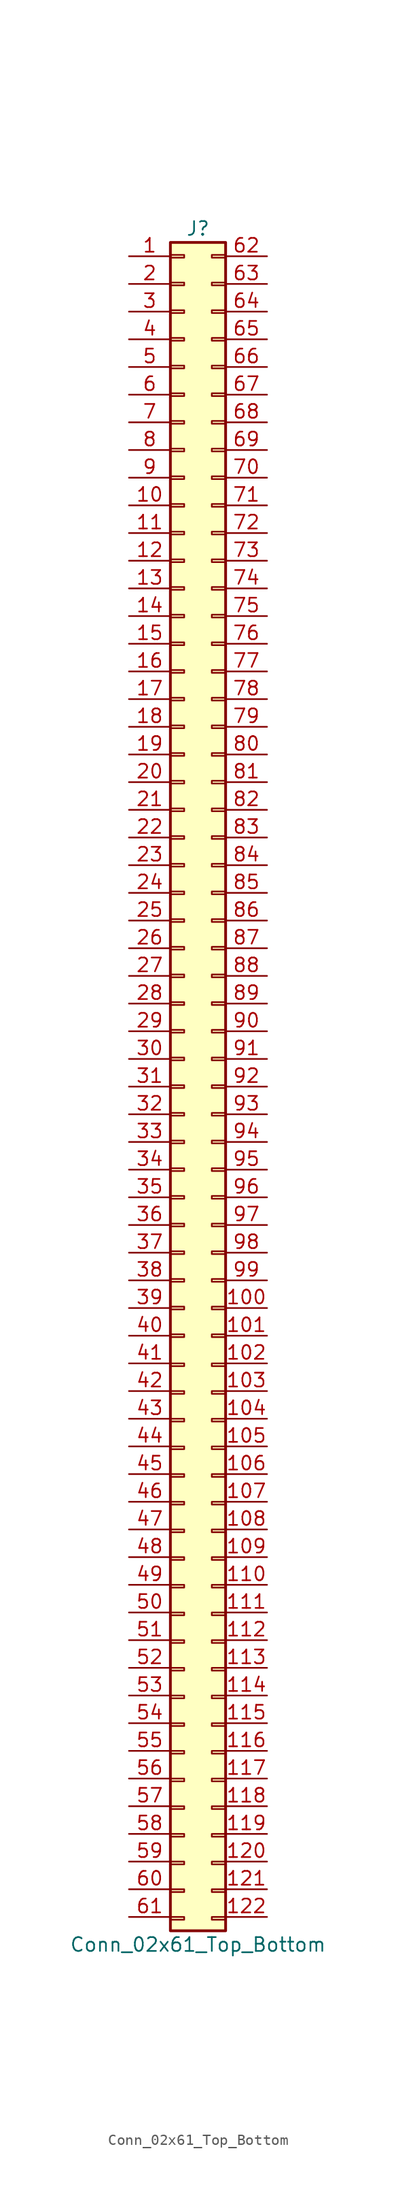
<source format=kicad_sym>
(kicad_symbol_lib
  (version 20220914)
  (generator kicad_symbol_editor)
  (symbol "Conn_02x61_Top_Bottom"
    (pin_names
      (offset 1.016) hide)
    (property "Reference" "J"
      (at 1.27 50.8 0)
      (effects (font (size 1.27 1.27))))
    (property "Value" "Conn_02x61_Top_Bottom"
      (at 1.27 -106.68 0)
      (effects (font (size 1.27 1.27))))
    (symbol "Conn_02x61_Top_Bottom_1_1"
      (rectangle (start -1.27 -104.14) (end 0 -104.394) (stroke (width 0.152) (type default)) (fill (type none)))
      (rectangle (start -1.27 -101.6) (end 0 -101.854) (stroke (width 0.152) (type default)) (fill (type none)))
      (rectangle (start -1.27 -99.06) (end 0 -99.314) (stroke (width 0.152) (type default)) (fill (type none)))
      (rectangle (start -1.27 -96.52) (end 0 -96.774) (stroke (width 0.152) (type default)) (fill (type none)))
      (rectangle (start -1.27 -93.98) (end 0 -94.234) (stroke (width 0.152) (type default)) (fill (type none)))
      (rectangle (start -1.27 -91.44) (end 0 -91.694) (stroke (width 0.152) (type default)) (fill (type none)))
      (rectangle (start -1.27 -88.9) (end 0 -89.154) (stroke (width 0.152) (type default)) (fill (type none)))
      (rectangle (start -1.27 -86.36) (end 0 -86.614) (stroke (width 0.152) (type default)) (fill (type none)))
      (rectangle (start -1.27 -83.82) (end 0 -84.074) (stroke (width 0.152) (type default)) (fill (type none)))
      (rectangle (start -1.27 -81.28) (end 0 -81.534) (stroke (width 0.152) (type default)) (fill (type none)))
      (rectangle (start -1.27 -78.74) (end 0 -78.994) (stroke (width 0.152) (type default)) (fill (type none)))
      (rectangle (start -1.27 -76.2) (end 0 -76.454) (stroke (width 0.152) (type default)) (fill (type none)))
      (rectangle (start -1.27 -73.66) (end 0 -73.914) (stroke (width 0.152) (type default)) (fill (type none)))
      (rectangle (start -1.27 -71.12) (end 0 -71.374) (stroke (width 0.152) (type default)) (fill (type none)))
      (rectangle (start -1.27 -68.58) (end 0 -68.834) (stroke (width 0.152) (type default)) (fill (type none)))
      (rectangle (start -1.27 -66.04) (end 0 -66.294) (stroke (width 0.152) (type default)) (fill (type none)))
      (rectangle (start -1.27 -63.5) (end 0 -63.754) (stroke (width 0.152) (type default)) (fill (type none)))
      (rectangle (start -1.27 -60.96) (end 0 -61.214) (stroke (width 0.152) (type default)) (fill (type none)))
      (rectangle (start -1.27 -58.42) (end 0 -58.674) (stroke (width 0.152) (type default)) (fill (type none)))
      (rectangle (start -1.27 -55.88) (end 0 -56.134) (stroke (width 0.152) (type default)) (fill (type none)))
      (rectangle (start -1.27 -53.34) (end 0 -53.594) (stroke (width 0.152) (type default)) (fill (type none)))
      (rectangle (start -1.27 -50.673) (end 0 -50.927) (stroke (width 0.152) (type default)) (fill (type none)))
      (rectangle (start -1.27 -48.133) (end 0 -48.387) (stroke (width 0.152) (type default)) (fill (type none)))
      (rectangle (start -1.27 -45.593) (end 0 -45.847) (stroke (width 0.152) (type default)) (fill (type none)))
      (rectangle (start -1.27 -43.053) (end 0 -43.307) (stroke (width 0.152) (type default)) (fill (type none)))
      (rectangle (start -1.27 -40.513) (end 0 -40.767) (stroke (width 0.152) (type default)) (fill (type none)))
      (rectangle (start -1.27 -37.973) (end 0 -38.227) (stroke (width 0.152) (type default)) (fill (type none)))
      (rectangle (start -1.27 -35.433) (end 0 -35.687) (stroke (width 0.152) (type default)) (fill (type none)))
      (rectangle (start -1.27 -32.893) (end 0 -33.147) (stroke (width 0.152) (type default)) (fill (type none)))
      (rectangle (start -1.27 -30.353) (end 0 -30.607) (stroke (width 0.152) (type default)) (fill (type none)))
      (rectangle (start -1.27 -27.813) (end 0 -28.067) (stroke (width 0.152) (type default)) (fill (type none)))
      (rectangle (start -1.27 -25.273) (end 0 -25.527) (stroke (width 0.152) (type default)) (fill (type none)))
      (rectangle (start -1.27 -22.733) (end 0 -22.987) (stroke (width 0.152) (type default)) (fill (type none)))
      (rectangle (start -1.27 -20.193) (end 0 -20.447) (stroke (width 0.152) (type default)) (fill (type none)))
      (rectangle (start -1.27 -17.653) (end 0 -17.907) (stroke (width 0.152) (type default)) (fill (type none)))
      (rectangle (start -1.27 -15.113) (end 0 -15.367) (stroke (width 0.152) (type default)) (fill (type none)))
      (rectangle (start -1.27 -12.573) (end 0 -12.827) (stroke (width 0.152) (type default)) (fill (type none)))
      (rectangle (start -1.27 -10.033) (end 0 -10.287) (stroke (width 0.152) (type default)) (fill (type none)))
      (rectangle (start -1.27 -7.493) (end 0 -7.747) (stroke (width 0.152) (type default)) (fill (type none)))
      (rectangle (start -1.27 -4.953) (end 0 -5.207) (stroke (width 0.152) (type default)) (fill (type none)))
      (rectangle (start -1.27 -2.413) (end 0 -2.667) (stroke (width 0.152) (type default)) (fill (type none)))
      (rectangle (start -1.27 0.127) (end 0 -0.127) (stroke (width 0.152) (type default)) (fill (type none)))
      (rectangle (start -1.27 2.667) (end 0 2.413) (stroke (width 0.152) (type default)) (fill (type none)))
      (rectangle (start -1.27 5.207) (end 0 4.953) (stroke (width 0.152) (type default)) (fill (type none)))
      (rectangle (start -1.27 7.747) (end 0 7.493) (stroke (width 0.152) (type default)) (fill (type none)))
      (rectangle (start -1.27 10.287) (end 0 10.033) (stroke (width 0.152) (type default)) (fill (type none)))
      (rectangle (start -1.27 12.827) (end 0 12.573) (stroke (width 0.152) (type default)) (fill (type none)))
      (rectangle (start -1.27 15.367) (end 0 15.113) (stroke (width 0.152) (type default)) (fill (type none)))
      (rectangle (start -1.27 17.907) (end 0 17.653) (stroke (width 0.152) (type default)) (fill (type none)))
      (rectangle (start -1.27 20.447) (end 0 20.193) (stroke (width 0.152) (type default)) (fill (type none)))
      (rectangle (start -1.27 22.987) (end 0 22.733) (stroke (width 0.152) (type default)) (fill (type none)))
      (rectangle (start -1.27 25.527) (end 0 25.273) (stroke (width 0.152) (type default)) (fill (type none)))
      (rectangle (start -1.27 28.067) (end 0 27.813) (stroke (width 0.152) (type default)) (fill (type none)))
      (rectangle (start -1.27 30.607) (end 0 30.353) (stroke (width 0.152) (type default)) (fill (type none)))
      (rectangle (start -1.27 33.147) (end 0 32.893) (stroke (width 0.152) (type default)) (fill (type none)))
      (rectangle (start -1.27 35.687) (end 0 35.433) (stroke (width 0.152) (type default)) (fill (type none)))
      (rectangle (start -1.27 38.227) (end 0 37.973) (stroke (width 0.152) (type default)) (fill (type none)))
      (rectangle (start -1.27 40.767) (end 0 40.513) (stroke (width 0.152) (type default)) (fill (type none)))
      (rectangle (start -1.27 43.307) (end 0 43.053) (stroke (width 0.152) (type default)) (fill (type none)))
      (rectangle (start -1.27 45.847) (end 0 45.593) (stroke (width 0.152) (type default)) (fill (type none)))
      (rectangle (start -1.27 48.387) (end 0 48.133) (stroke (width 0.152) (type default)) (fill (type none)))
      (rectangle (start -1.27 49.53) (end 3.81 -105.41) (stroke (width 0.254) (type default)) (fill (type background)))
      (rectangle (start 2.54 -104.14) (end 3.81 -104.394) (stroke (width 0.152) (type default)) (fill (type none)))
      (rectangle (start 2.54 -101.6) (end 3.81 -101.854) (stroke (width 0.152) (type default)) (fill (type none)))
      (rectangle (start 3.81 -99.06) (end 2.54 -99.314) (stroke (width 0.152) (type default)) (fill (type none)))
      (rectangle (start 3.81 -96.52) (end 2.54 -96.774) (stroke (width 0.152) (type default)) (fill (type none)))
      (rectangle (start 3.81 -93.98) (end 2.54 -94.234) (stroke (width 0.152) (type default)) (fill (type none)))
      (rectangle (start 3.81 -91.44) (end 2.54 -91.694) (stroke (width 0.152) (type default)) (fill (type none)))
      (rectangle (start 3.81 -88.9) (end 2.54 -89.154) (stroke (width 0.152) (type default)) (fill (type none)))
      (rectangle (start 3.81 -86.36) (end 2.54 -86.614) (stroke (width 0.152) (type default)) (fill (type none)))
      (rectangle (start 3.81 -83.82) (end 2.54 -84.074) (stroke (width 0.152) (type default)) (fill (type none)))
      (rectangle (start 3.81 -81.28) (end 2.54 -81.534) (stroke (width 0.152) (type default)) (fill (type none)))
      (rectangle (start 3.81 -78.74) (end 2.54 -78.994) (stroke (width 0.152) (type default)) (fill (type none)))
      (rectangle (start 3.81 -76.2) (end 2.54 -76.454) (stroke (width 0.152) (type default)) (fill (type none)))
      (rectangle (start 3.81 -73.66) (end 2.54 -73.914) (stroke (width 0.152) (type default)) (fill (type none)))
      (rectangle (start 3.81 -71.12) (end 2.54 -71.374) (stroke (width 0.152) (type default)) (fill (type none)))
      (rectangle (start 3.81 -68.58) (end 2.54 -68.834) (stroke (width 0.152) (type default)) (fill (type none)))
      (rectangle (start 3.81 -66.04) (end 2.54 -66.294) (stroke (width 0.152) (type default)) (fill (type none)))
      (rectangle (start 3.81 -63.5) (end 2.54 -63.754) (stroke (width 0.152) (type default)) (fill (type none)))
      (rectangle (start 3.81 -60.96) (end 2.54 -61.214) (stroke (width 0.152) (type default)) (fill (type none)))
      (rectangle (start 3.81 -58.42) (end 2.54 -58.674) (stroke (width 0.152) (type default)) (fill (type none)))
      (rectangle (start 3.81 -55.88) (end 2.54 -56.134) (stroke (width 0.152) (type default)) (fill (type none)))
      (rectangle (start 3.81 -53.34) (end 2.54 -53.594) (stroke (width 0.152) (type default)) (fill (type none)))
      (rectangle (start 3.81 -50.673) (end 2.54 -50.927) (stroke (width 0.152) (type default)) (fill (type none)))
      (rectangle (start 3.81 -48.133) (end 2.54 -48.387) (stroke (width 0.152) (type default)) (fill (type none)))
      (rectangle (start 3.81 -45.593) (end 2.54 -45.847) (stroke (width 0.152) (type default)) (fill (type none)))
      (rectangle (start 3.81 -43.053) (end 2.54 -43.307) (stroke (width 0.152) (type default)) (fill (type none)))
      (rectangle (start 3.81 -40.513) (end 2.54 -40.767) (stroke (width 0.152) (type default)) (fill (type none)))
      (rectangle (start 3.81 -37.973) (end 2.54 -38.227) (stroke (width 0.152) (type default)) (fill (type none)))
      (rectangle (start 3.81 -35.433) (end 2.54 -35.687) (stroke (width 0.152) (type default)) (fill (type none)))
      (rectangle (start 3.81 -32.893) (end 2.54 -33.147) (stroke (width 0.152) (type default)) (fill (type none)))
      (rectangle (start 3.81 -30.353) (end 2.54 -30.607) (stroke (width 0.152) (type default)) (fill (type none)))
      (rectangle (start 3.81 -27.813) (end 2.54 -28.067) (stroke (width 0.152) (type default)) (fill (type none)))
      (rectangle (start 3.81 -25.273) (end 2.54 -25.527) (stroke (width 0.152) (type default)) (fill (type none)))
      (rectangle (start 3.81 -22.733) (end 2.54 -22.987) (stroke (width 0.152) (type default)) (fill (type none)))
      (rectangle (start 3.81 -20.193) (end 2.54 -20.447) (stroke (width 0.152) (type default)) (fill (type none)))
      (rectangle (start 3.81 -17.653) (end 2.54 -17.907) (stroke (width 0.152) (type default)) (fill (type none)))
      (rectangle (start 3.81 -15.113) (end 2.54 -15.367) (stroke (width 0.152) (type default)) (fill (type none)))
      (rectangle (start 3.81 -12.573) (end 2.54 -12.827) (stroke (width 0.152) (type default)) (fill (type none)))
      (rectangle (start 3.81 -10.033) (end 2.54 -10.287) (stroke (width 0.152) (type default)) (fill (type none)))
      (rectangle (start 3.81 -7.493) (end 2.54 -7.747) (stroke (width 0.152) (type default)) (fill (type none)))
      (rectangle (start 3.81 -4.953) (end 2.54 -5.207) (stroke (width 0.152) (type default)) (fill (type none)))
      (rectangle (start 3.81 -2.413) (end 2.54 -2.667) (stroke (width 0.152) (type default)) (fill (type none)))
      (rectangle (start 3.81 0.127) (end 2.54 -0.127) (stroke (width 0.152) (type default)) (fill (type none)))
      (rectangle (start 3.81 2.667) (end 2.54 2.413) (stroke (width 0.152) (type default)) (fill (type none)))
      (rectangle (start 3.81 5.207) (end 2.54 4.953) (stroke (width 0.152) (type default)) (fill (type none)))
      (rectangle (start 3.81 7.747) (end 2.54 7.493) (stroke (width 0.152) (type default)) (fill (type none)))
      (rectangle (start 3.81 10.287) (end 2.54 10.033) (stroke (width 0.152) (type default)) (fill (type none)))
      (rectangle (start 3.81 12.827) (end 2.54 12.573) (stroke (width 0.152) (type default)) (fill (type none)))
      (rectangle (start 3.81 15.367) (end 2.54 15.113) (stroke (width 0.152) (type default)) (fill (type none)))
      (rectangle (start 3.81 17.907) (end 2.54 17.653) (stroke (width 0.152) (type default)) (fill (type none)))
      (rectangle (start 3.81 20.447) (end 2.54 20.193) (stroke (width 0.152) (type default)) (fill (type none)))
      (rectangle (start 3.81 22.987) (end 2.54 22.733) (stroke (width 0.152) (type default)) (fill (type none)))
      (rectangle (start 3.81 25.527) (end 2.54 25.273) (stroke (width 0.152) (type default)) (fill (type none)))
      (rectangle (start 3.81 28.067) (end 2.54 27.813) (stroke (width 0.152) (type default)) (fill (type none)))
      (rectangle (start 3.81 30.607) (end 2.54 30.353) (stroke (width 0.152) (type default)) (fill (type none)))
      (rectangle (start 3.81 33.147) (end 2.54 32.893) (stroke (width 0.152) (type default)) (fill (type none)))
      (rectangle (start 3.81 35.687) (end 2.54 35.433) (stroke (width 0.152) (type default)) (fill (type none)))
      (rectangle (start 3.81 38.227) (end 2.54 37.973) (stroke (width 0.152) (type default)) (fill (type none)))
      (rectangle (start 3.81 40.767) (end 2.54 40.513) (stroke (width 0.152) (type default)) (fill (type none)))
      (rectangle (start 3.81 43.307) (end 2.54 43.053) (stroke (width 0.152) (type default)) (fill (type none)))
      (rectangle (start 3.81 45.847) (end 2.54 45.593) (stroke (width 0.152) (type default)) (fill (type none)))
      (rectangle (start 3.81 48.387) (end 2.54 48.133) (stroke (width 0.152) (type default)) (fill (type none)))
      (pin passive line (at -5.08 48.26 0) (length 3.81) (name "Pin_1" (effects (font (size 1.27 1.27)))) (number "1" (effects (font (size 1.27 1.27)))))
      (pin passive line (at -5.08 25.4 0) (length 3.81) (name "Pin_10" (effects (font (size 1.27 1.27)))) (number "10" (effects (font (size 1.27 1.27)))))
      (pin passive line (at 7.62 -48.26 180) (length 3.81) (name "Pin_100" (effects (font (size 1.27 1.27)))) (number "100" (effects (font (size 1.27 1.27)))))
      (pin passive line (at 7.62 -50.8 180) (length 3.81) (name "Pin_101" (effects (font (size 1.27 1.27)))) (number "101" (effects (font (size 1.27 1.27)))))
      (pin passive line (at 7.62 -53.34 180) (length 3.81) (name "Pin_102" (effects (font (size 1.27 1.27)))) (number "102" (effects (font (size 1.27 1.27)))))
      (pin passive line (at 7.62 -55.88 180) (length 3.81) (name "Pin_103" (effects (font (size 1.27 1.27)))) (number "103" (effects (font (size 1.27 1.27)))))
      (pin passive line (at 7.62 -58.42 180) (length 3.81) (name "Pin_104" (effects (font (size 1.27 1.27)))) (number "104" (effects (font (size 1.27 1.27)))))
      (pin passive line (at 7.62 -60.96 180) (length 3.81) (name "Pin_105" (effects (font (size 1.27 1.27)))) (number "105" (effects (font (size 1.27 1.27)))))
      (pin passive line (at 7.62 -63.5 180) (length 3.81) (name "Pin_106" (effects (font (size 1.27 1.27)))) (number "106" (effects (font (size 1.27 1.27)))))
      (pin passive line (at 7.62 -66.04 180) (length 3.81) (name "Pin_107" (effects (font (size 1.27 1.27)))) (number "107" (effects (font (size 1.27 1.27)))))
      (pin passive line (at 7.62 -68.58 180) (length 3.81) (name "Pin_108" (effects (font (size 1.27 1.27)))) (number "108" (effects (font (size 1.27 1.27)))))
      (pin passive line (at 7.62 -71.12 180) (length 3.81) (name "Pin_109" (effects (font (size 1.27 1.27)))) (number "109" (effects (font (size 1.27 1.27)))))
      (pin passive line (at -5.08 22.86 0) (length 3.81) (name "Pin_11" (effects (font (size 1.27 1.27)))) (number "11" (effects (font (size 1.27 1.27)))))
      (pin passive line (at 7.62 -73.66 180) (length 3.81) (name "Pin_110" (effects (font (size 1.27 1.27)))) (number "110" (effects (font (size 1.27 1.27)))))
      (pin passive line (at 7.62 -76.2 180) (length 3.81) (name "Pin_111" (effects (font (size 1.27 1.27)))) (number "111" (effects (font (size 1.27 1.27)))))
      (pin passive line (at 7.62 -78.74 180) (length 3.81) (name "Pin_112" (effects (font (size 1.27 1.27)))) (number "112" (effects (font (size 1.27 1.27)))))
      (pin passive line (at 7.62 -81.28 180) (length 3.81) (name "Pin_113" (effects (font (size 1.27 1.27)))) (number "113" (effects (font (size 1.27 1.27)))))
      (pin passive line (at 7.62 -83.82 180) (length 3.81) (name "Pin_114" (effects (font (size 1.27 1.27)))) (number "114" (effects (font (size 1.27 1.27)))))
      (pin passive line (at 7.62 -86.36 180) (length 3.81) (name "Pin_115" (effects (font (size 1.27 1.27)))) (number "115" (effects (font (size 1.27 1.27)))))
      (pin passive line (at 7.62 -88.9 180) (length 3.81) (name "Pin_116" (effects (font (size 1.27 1.27)))) (number "116" (effects (font (size 1.27 1.27)))))
      (pin passive line (at 7.62 -91.44 180) (length 3.81) (name "Pin_117" (effects (font (size 1.27 1.27)))) (number "117" (effects (font (size 1.27 1.27)))))
      (pin passive line (at 7.62 -93.98 180) (length 3.81) (name "Pin_118" (effects (font (size 1.27 1.27)))) (number "118" (effects (font (size 1.27 1.27)))))
      (pin passive line (at 7.62 -96.52 180) (length 3.81) (name "Pin_119" (effects (font (size 1.27 1.27)))) (number "119" (effects (font (size 1.27 1.27)))))
      (pin passive line (at -5.08 20.32 0) (length 3.81) (name "Pin_12" (effects (font (size 1.27 1.27)))) (number "12" (effects (font (size 1.27 1.27)))))
      (pin passive line (at 7.62 -99.06 180) (length 3.81) (name "Pin_120" (effects (font (size 1.27 1.27)))) (number "120" (effects (font (size 1.27 1.27)))))
      (pin passive line (at 7.62 -101.6 180) (length 3.81) (name "Pin_121" (effects (font (size 1.27 1.27)))) (number "121" (effects (font (size 1.27 1.27)))))
      (pin passive line (at 7.62 -104.14 180) (length 3.81) (name "Pin_122" (effects (font (size 1.27 1.27)))) (number "122" (effects (font (size 1.27 1.27)))))
      (pin passive line (at -5.08 17.78 0) (length 3.81) (name "Pin_13" (effects (font (size 1.27 1.27)))) (number "13" (effects (font (size 1.27 1.27)))))
      (pin passive line (at -5.08 15.24 0) (length 3.81) (name "Pin_14" (effects (font (size 1.27 1.27)))) (number "14" (effects (font (size 1.27 1.27)))))
      (pin passive line (at -5.08 12.7 0) (length 3.81) (name "Pin_15" (effects (font (size 1.27 1.27)))) (number "15" (effects (font (size 1.27 1.27)))))
      (pin passive line (at -5.08 10.16 0) (length 3.81) (name "Pin_16" (effects (font (size 1.27 1.27)))) (number "16" (effects (font (size 1.27 1.27)))))
      (pin passive line (at -5.08 7.62 0) (length 3.81) (name "Pin_17" (effects (font (size 1.27 1.27)))) (number "17" (effects (font (size 1.27 1.27)))))
      (pin passive line (at -5.08 5.08 0) (length 3.81) (name "Pin_18" (effects (font (size 1.27 1.27)))) (number "18" (effects (font (size 1.27 1.27)))))
      (pin passive line (at -5.08 2.54 0) (length 3.81) (name "Pin_19" (effects (font (size 1.27 1.27)))) (number "19" (effects (font (size 1.27 1.27)))))
      (pin passive line (at -5.08 45.72 0) (length 3.81) (name "Pin_2" (effects (font (size 1.27 1.27)))) (number "2" (effects (font (size 1.27 1.27)))))
      (pin passive line (at -5.08 0 0) (length 3.81) (name "Pin_20" (effects (font (size 1.27 1.27)))) (number "20" (effects (font (size 1.27 1.27)))))
      (pin passive line (at -5.08 -2.54 0) (length 3.81) (name "Pin_21" (effects (font (size 1.27 1.27)))) (number "21" (effects (font (size 1.27 1.27)))))
      (pin passive line (at -5.08 -5.08 0) (length 3.81) (name "Pin_22" (effects (font (size 1.27 1.27)))) (number "22" (effects (font (size 1.27 1.27)))))
      (pin passive line (at -5.08 -7.62 0) (length 3.81) (name "Pin_23" (effects (font (size 1.27 1.27)))) (number "23" (effects (font (size 1.27 1.27)))))
      (pin passive line (at -5.08 -10.16 0) (length 3.81) (name "Pin_24" (effects (font (size 1.27 1.27)))) (number "24" (effects (font (size 1.27 1.27)))))
      (pin passive line (at -5.08 -12.7 0) (length 3.81) (name "Pin_25" (effects (font (size 1.27 1.27)))) (number "25" (effects (font (size 1.27 1.27)))))
      (pin passive line (at -5.08 -15.24 0) (length 3.81) (name "Pin_26" (effects (font (size 1.27 1.27)))) (number "26" (effects (font (size 1.27 1.27)))))
      (pin passive line (at -5.08 -17.78 0) (length 3.81) (name "Pin_27" (effects (font (size 1.27 1.27)))) (number "27" (effects (font (size 1.27 1.27)))))
      (pin passive line (at -5.08 -20.32 0) (length 3.81) (name "Pin_28" (effects (font (size 1.27 1.27)))) (number "28" (effects (font (size 1.27 1.27)))))
      (pin passive line (at -5.08 -22.86 0) (length 3.81) (name "Pin_29" (effects (font (size 1.27 1.27)))) (number "29" (effects (font (size 1.27 1.27)))))
      (pin passive line (at -5.08 43.18 0) (length 3.81) (name "Pin_3" (effects (font (size 1.27 1.27)))) (number "3" (effects (font (size 1.27 1.27)))))
      (pin passive line (at -5.08 -25.4 0) (length 3.81) (name "Pin_30" (effects (font (size 1.27 1.27)))) (number "30" (effects (font (size 1.27 1.27)))))
      (pin passive line (at -5.08 -27.94 0) (length 3.81) (name "Pin_31" (effects (font (size 1.27 1.27)))) (number "31" (effects (font (size 1.27 1.27)))))
      (pin passive line (at -5.08 -30.48 0) (length 3.81) (name "Pin_32" (effects (font (size 1.27 1.27)))) (number "32" (effects (font (size 1.27 1.27)))))
      (pin passive line (at -5.08 -33.02 0) (length 3.81) (name "Pin_33" (effects (font (size 1.27 1.27)))) (number "33" (effects (font (size 1.27 1.27)))))
      (pin passive line (at -5.08 -35.56 0) (length 3.81) (name "Pin_34" (effects (font (size 1.27 1.27)))) (number "34" (effects (font (size 1.27 1.27)))))
      (pin passive line (at -5.08 -38.1 0) (length 3.81) (name "Pin_35" (effects (font (size 1.27 1.27)))) (number "35" (effects (font (size 1.27 1.27)))))
      (pin passive line (at -5.08 -40.64 0) (length 3.81) (name "Pin_36" (effects (font (size 1.27 1.27)))) (number "36" (effects (font (size 1.27 1.27)))))
      (pin passive line (at -5.08 -43.18 0) (length 3.81) (name "Pin_37" (effects (font (size 1.27 1.27)))) (number "37" (effects (font (size 1.27 1.27)))))
      (pin passive line (at -5.08 -45.72 0) (length 3.81) (name "Pin_38" (effects (font (size 1.27 1.27)))) (number "38" (effects (font (size 1.27 1.27)))))
      (pin passive line (at -5.08 -48.26 0) (length 3.81) (name "Pin_39" (effects (font (size 1.27 1.27)))) (number "39" (effects (font (size 1.27 1.27)))))
      (pin passive line (at -5.08 40.64 0) (length 3.81) (name "Pin_4" (effects (font (size 1.27 1.27)))) (number "4" (effects (font (size 1.27 1.27)))))
      (pin passive line (at -5.08 -50.8 0) (length 3.81) (name "Pin_40" (effects (font (size 1.27 1.27)))) (number "40" (effects (font (size 1.27 1.27)))))
      (pin passive line (at -5.08 -53.34 0) (length 3.81) (name "Pin_41" (effects (font (size 1.27 1.27)))) (number "41" (effects (font (size 1.27 1.27)))))
      (pin passive line (at -5.08 -55.88 0) (length 3.81) (name "Pin_42" (effects (font (size 1.27 1.27)))) (number "42" (effects (font (size 1.27 1.27)))))
      (pin passive line (at -5.08 -58.42 0) (length 3.81) (name "Pin_43" (effects (font (size 1.27 1.27)))) (number "43" (effects (font (size 1.27 1.27)))))
      (pin passive line (at -5.08 -60.96 0) (length 3.81) (name "Pin_44" (effects (font (size 1.27 1.27)))) (number "44" (effects (font (size 1.27 1.27)))))
      (pin passive line (at -5.08 -63.5 0) (length 3.81) (name "Pin_45" (effects (font (size 1.27 1.27)))) (number "45" (effects (font (size 1.27 1.27)))))
      (pin passive line (at -5.08 -66.04 0) (length 3.81) (name "Pin_46" (effects (font (size 1.27 1.27)))) (number "46" (effects (font (size 1.27 1.27)))))
      (pin passive line (at -5.08 -68.58 0) (length 3.81) (name "Pin_47" (effects (font (size 1.27 1.27)))) (number "47" (effects (font (size 1.27 1.27)))))
      (pin passive line (at -5.08 -71.12 0) (length 3.81) (name "Pin_48" (effects (font (size 1.27 1.27)))) (number "48" (effects (font (size 1.27 1.27)))))
      (pin passive line (at -5.08 -73.66 0) (length 3.81) (name "Pin_49" (effects (font (size 1.27 1.27)))) (number "49" (effects (font (size 1.27 1.27)))))
      (pin passive line (at -5.08 38.1 0) (length 3.81) (name "Pin_5" (effects (font (size 1.27 1.27)))) (number "5" (effects (font (size 1.27 1.27)))))
      (pin passive line (at -5.08 -76.2 0) (length 3.81) (name "Pin_50" (effects (font (size 1.27 1.27)))) (number "50" (effects (font (size 1.27 1.27)))))
      (pin passive line (at -5.08 -78.74 0) (length 3.81) (name "Pin_51" (effects (font (size 1.27 1.27)))) (number "51" (effects (font (size 1.27 1.27)))))
      (pin passive line (at -5.08 -81.28 0) (length 3.81) (name "Pin_52" (effects (font (size 1.27 1.27)))) (number "52" (effects (font (size 1.27 1.27)))))
      (pin passive line (at -5.08 -83.82 0) (length 3.81) (name "Pin_53" (effects (font (size 1.27 1.27)))) (number "53" (effects (font (size 1.27 1.27)))))
      (pin passive line (at -5.08 -86.36 0) (length 3.81) (name "Pin_54" (effects (font (size 1.27 1.27)))) (number "54" (effects (font (size 1.27 1.27)))))
      (pin passive line (at -5.08 -88.9 0) (length 3.81) (name "Pin_55" (effects (font (size 1.27 1.27)))) (number "55" (effects (font (size 1.27 1.27)))))
      (pin passive line (at -5.08 -91.44 0) (length 3.81) (name "Pin_56" (effects (font (size 1.27 1.27)))) (number "56" (effects (font (size 1.27 1.27)))))
      (pin passive line (at -5.08 -93.98 0) (length 3.81) (name "Pin_57" (effects (font (size 1.27 1.27)))) (number "57" (effects (font (size 1.27 1.27)))))
      (pin passive line (at -5.08 -96.52 0) (length 3.81) (name "Pin_58" (effects (font (size 1.27 1.27)))) (number "58" (effects (font (size 1.27 1.27)))))
      (pin passive line (at -5.08 -99.06 0) (length 3.81) (name "Pin_59" (effects (font (size 1.27 1.27)))) (number "59" (effects (font (size 1.27 1.27)))))
      (pin passive line (at -5.08 35.56 0) (length 3.81) (name "Pin_6" (effects (font (size 1.27 1.27)))) (number "6" (effects (font (size 1.27 1.27)))))
      (pin passive line (at -5.08 -101.6 0) (length 3.81) (name "Pin_60" (effects (font (size 1.27 1.27)))) (number "60" (effects (font (size 1.27 1.27)))))
      (pin passive line (at -5.08 -104.14 0) (length 3.81) (name "Pin_61" (effects (font (size 1.27 1.27)))) (number "61" (effects (font (size 1.27 1.27)))))
      (pin passive line (at 7.62 48.26 180) (length 3.81) (name "Pin_62" (effects (font (size 1.27 1.27)))) (number "62" (effects (font (size 1.27 1.27)))))
      (pin passive line (at 7.62 45.72 180) (length 3.81) (name "Pin_63" (effects (font (size 1.27 1.27)))) (number "63" (effects (font (size 1.27 1.27)))))
      (pin passive line (at 7.62 43.18 180) (length 3.81) (name "Pin_64" (effects (font (size 1.27 1.27)))) (number "64" (effects (font (size 1.27 1.27)))))
      (pin passive line (at 7.62 40.64 180) (length 3.81) (name "Pin_65" (effects (font (size 1.27 1.27)))) (number "65" (effects (font (size 1.27 1.27)))))
      (pin passive line (at 7.62 38.1 180) (length 3.81) (name "Pin_66" (effects (font (size 1.27 1.27)))) (number "66" (effects (font (size 1.27 1.27)))))
      (pin passive line (at 7.62 35.56 180) (length 3.81) (name "Pin_67" (effects (font (size 1.27 1.27)))) (number "67" (effects (font (size 1.27 1.27)))))
      (pin passive line (at 7.62 33.02 180) (length 3.81) (name "Pin_68" (effects (font (size 1.27 1.27)))) (number "68" (effects (font (size 1.27 1.27)))))
      (pin passive line (at 7.62 30.48 180) (length 3.81) (name "Pin_69" (effects (font (size 1.27 1.27)))) (number "69" (effects (font (size 1.27 1.27)))))
      (pin passive line (at -5.08 33.02 0) (length 3.81) (name "Pin_7" (effects (font (size 1.27 1.27)))) (number "7" (effects (font (size 1.27 1.27)))))
      (pin passive line (at 7.62 27.94 180) (length 3.81) (name "Pin_70" (effects (font (size 1.27 1.27)))) (number "70" (effects (font (size 1.27 1.27)))))
      (pin passive line (at 7.62 25.4 180) (length 3.81) (name "Pin_71" (effects (font (size 1.27 1.27)))) (number "71" (effects (font (size 1.27 1.27)))))
      (pin passive line (at 7.62 22.86 180) (length 3.81) (name "Pin_72" (effects (font (size 1.27 1.27)))) (number "72" (effects (font (size 1.27 1.27)))))
      (pin passive line (at 7.62 20.32 180) (length 3.81) (name "Pin_73" (effects (font (size 1.27 1.27)))) (number "73" (effects (font (size 1.27 1.27)))))
      (pin passive line (at 7.62 17.78 180) (length 3.81) (name "Pin_74" (effects (font (size 1.27 1.27)))) (number "74" (effects (font (size 1.27 1.27)))))
      (pin passive line (at 7.62 15.24 180) (length 3.81) (name "Pin_75" (effects (font (size 1.27 1.27)))) (number "75" (effects (font (size 1.27 1.27)))))
      (pin passive line (at 7.62 12.7 180) (length 3.81) (name "Pin_76" (effects (font (size 1.27 1.27)))) (number "76" (effects (font (size 1.27 1.27)))))
      (pin passive line (at 7.62 10.16 180) (length 3.81) (name "Pin_77" (effects (font (size 1.27 1.27)))) (number "77" (effects (font (size 1.27 1.27)))))
      (pin passive line (at 7.62 7.62 180) (length 3.81) (name "Pin_78" (effects (font (size 1.27 1.27)))) (number "78" (effects (font (size 1.27 1.27)))))
      (pin passive line (at 7.62 5.08 180) (length 3.81) (name "Pin_79" (effects (font (size 1.27 1.27)))) (number "79" (effects (font (size 1.27 1.27)))))
      (pin passive line (at -5.08 30.48 0) (length 3.81) (name "Pin_8" (effects (font (size 1.27 1.27)))) (number "8" (effects (font (size 1.27 1.27)))))
      (pin passive line (at 7.62 2.54 180) (length 3.81) (name "Pin_80" (effects (font (size 1.27 1.27)))) (number "80" (effects (font (size 1.27 1.27)))))
      (pin passive line (at 7.62 0 180) (length 3.81) (name "Pin_81" (effects (font (size 1.27 1.27)))) (number "81" (effects (font (size 1.27 1.27)))))
      (pin passive line (at 7.62 -2.54 180) (length 3.81) (name "Pin_82" (effects (font (size 1.27 1.27)))) (number "82" (effects (font (size 1.27 1.27)))))
      (pin passive line (at 7.62 -5.08 180) (length 3.81) (name "Pin_83" (effects (font (size 1.27 1.27)))) (number "83" (effects (font (size 1.27 1.27)))))
      (pin passive line (at 7.62 -7.62 180) (length 3.81) (name "Pin_84" (effects (font (size 1.27 1.27)))) (number "84" (effects (font (size 1.27 1.27)))))
      (pin passive line (at 7.62 -10.16 180) (length 3.81) (name "Pin_85" (effects (font (size 1.27 1.27)))) (number "85" (effects (font (size 1.27 1.27)))))
      (pin passive line (at 7.62 -12.7 180) (length 3.81) (name "Pin_86" (effects (font (size 1.27 1.27)))) (number "86" (effects (font (size 1.27 1.27)))))
      (pin passive line (at 7.62 -15.24 180) (length 3.81) (name "Pin_87" (effects (font (size 1.27 1.27)))) (number "87" (effects (font (size 1.27 1.27)))))
      (pin passive line (at 7.62 -17.78 180) (length 3.81) (name "Pin_88" (effects (font (size 1.27 1.27)))) (number "88" (effects (font (size 1.27 1.27)))))
      (pin passive line (at 7.62 -20.32 180) (length 3.81) (name "Pin_89" (effects (font (size 1.27 1.27)))) (number "89" (effects (font (size 1.27 1.27)))))
      (pin passive line (at -5.08 27.94 0) (length 3.81) (name "Pin_9" (effects (font (size 1.27 1.27)))) (number "9" (effects (font (size 1.27 1.27)))))
      (pin passive line (at 7.62 -22.86 180) (length 3.81) (name "Pin_90" (effects (font (size 1.27 1.27)))) (number "90" (effects (font (size 1.27 1.27)))))
      (pin passive line (at 7.62 -25.4 180) (length 3.81) (name "Pin_91" (effects (font (size 1.27 1.27)))) (number "91" (effects (font (size 1.27 1.27)))))
      (pin passive line (at 7.62 -27.94 180) (length 3.81) (name "Pin_92" (effects (font (size 1.27 1.27)))) (number "92" (effects (font (size 1.27 1.27)))))
      (pin passive line (at 7.62 -30.48 180) (length 3.81) (name "Pin_93" (effects (font (size 1.27 1.27)))) (number "93" (effects (font (size 1.27 1.27)))))
      (pin passive line (at 7.62 -33.02 180) (length 3.81) (name "Pin_94" (effects (font (size 1.27 1.27)))) (number "94" (effects (font (size 1.27 1.27)))))
      (pin passive line (at 7.62 -35.56 180) (length 3.81) (name "Pin_95" (effects (font (size 1.27 1.27)))) (number "95" (effects (font (size 1.27 1.27)))))
      (pin passive line (at 7.62 -38.1 180) (length 3.81) (name "Pin_96" (effects (font (size 1.27 1.27)))) (number "96" (effects (font (size 1.27 1.27)))))
      (pin passive line (at 7.62 -40.64 180) (length 3.81) (name "Pin_97" (effects (font (size 1.27 1.27)))) (number "97" (effects (font (size 1.27 1.27)))))
      (pin passive line (at 7.62 -43.18 180) (length 3.81) (name "Pin_98" (effects (font (size 1.27 1.27)))) (number "98" (effects (font (size 1.27 1.27)))))
      (pin passive line (at 7.62 -45.72 180) (length 3.81) (name "Pin_99" (effects (font (size 1.27 1.27)))) (number "99" (effects (font (size 1.27 1.27))))))))
</source>
